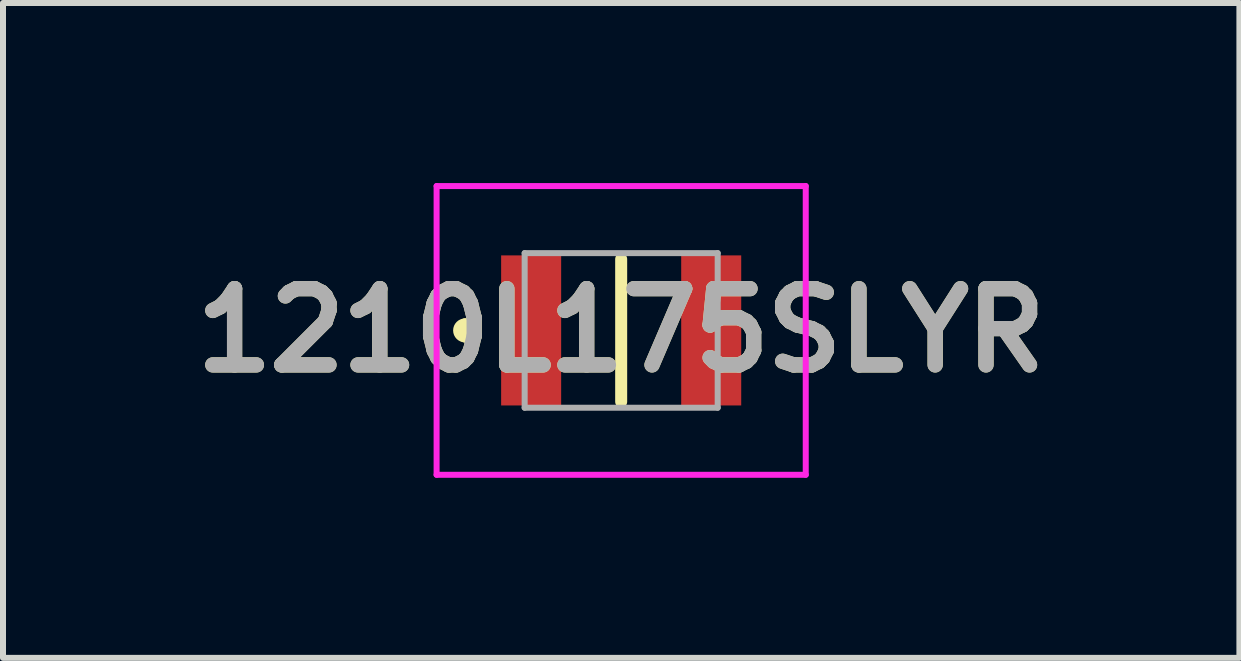
<source format=kicad_pcb>
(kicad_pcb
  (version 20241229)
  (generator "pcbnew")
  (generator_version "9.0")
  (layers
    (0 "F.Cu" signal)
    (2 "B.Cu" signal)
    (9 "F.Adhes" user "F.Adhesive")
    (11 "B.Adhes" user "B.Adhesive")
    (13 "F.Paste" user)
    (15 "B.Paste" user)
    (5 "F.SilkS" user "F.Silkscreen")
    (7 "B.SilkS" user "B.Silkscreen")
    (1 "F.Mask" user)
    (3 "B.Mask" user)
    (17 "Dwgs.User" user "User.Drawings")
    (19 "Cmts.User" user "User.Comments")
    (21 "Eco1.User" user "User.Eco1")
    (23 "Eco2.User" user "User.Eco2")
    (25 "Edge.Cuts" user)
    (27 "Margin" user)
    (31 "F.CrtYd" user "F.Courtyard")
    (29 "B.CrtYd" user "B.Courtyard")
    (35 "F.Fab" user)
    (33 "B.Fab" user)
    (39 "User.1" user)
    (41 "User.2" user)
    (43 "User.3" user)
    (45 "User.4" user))
  (footprint "1210L175SLYR"
    (layer "F.Cu")
    (at 7.299 2.455)
    (property "Reference" "1210L175SLYR" (at 0 0 0) (layer "F.SilkS") (effects (font (size 1.27 1.27) (thickness 0.254))))
    (attr smd)
    (fp_line (start -2.6 -0.1) (end -2.6 -0.1) (stroke (width 0.2) (type solid)) (layer "F.SilkS"))
    (fp_line (start -2.6 0.1) (end -2.6 0.1) (stroke (width 0.2) (type solid)) (layer "F.SilkS"))
    (fp_line (start 0 -1.188) (end 0 1.188) (stroke (width 0.2) (type solid)) (layer "F.SilkS"))
    (fp_arc (start -2.6 -0.1) (mid -2.5 0) (end -2.6 0.1) (stroke (width 0.2) (type solid)) (layer "F.SilkS"))
    (fp_arc (start -2.6 0.1) (mid -2.7 0) (end -2.6 -0.1) (stroke (width 0.2) (type solid)) (layer "F.SilkS"))
    (fp_line (start -3.075 -2.405) (end 3.075 -2.405) (stroke (width 0.1) (type solid)) (layer "F.CrtYd"))
    (fp_line (start -3.075 2.405) (end -3.075 -2.405) (stroke (width 0.1) (type solid)) (layer "F.CrtYd"))
    (fp_line (start 3.075 -2.405) (end 3.075 2.405) (stroke (width 0.1) (type solid)) (layer "F.CrtYd"))
    (fp_line (start 3.075 2.405) (end -3.075 2.405) (stroke (width 0.1) (type solid)) (layer "F.CrtYd"))
    (fp_line (start -1.608 -1.288) (end 1.608 -1.288) (stroke (width 0.1) (type solid)) (layer "F.Fab"))
    (fp_line (start -1.608 1.288) (end -1.608 -1.288) (stroke (width 0.1) (type solid)) (layer "F.Fab"))
    (fp_line (start 1.608 -1.288) (end 1.608 1.288) (stroke (width 0.1) (type solid)) (layer "F.Fab"))
    (fp_line (start 1.608 1.288) (end -1.608 1.288) (stroke (width 0.1) (type solid)) (layer "F.Fab"))
    (fp_text user "${REFERENCE}" (at 0 0 0) (layer "F.Fab") (effects (font (size 1.27 1.27) (thickness 0.254))))
    (pad "1" smd rect (at -1.5 0) (size 1 2.5) (layers "F.Cu" "F.Mask" "F.Paste"))
    (pad "2" smd rect (at 1.5 0) (size 1 2.5) (layers "F.Cu" "F.Mask" "F.Paste")))
  (gr_rect
    (start -3 -3)
    (end 17.599 7.91)
    (stroke (width 0.1) (type default))
    (fill no)
    (layer "Edge.Cuts")))
</source>
